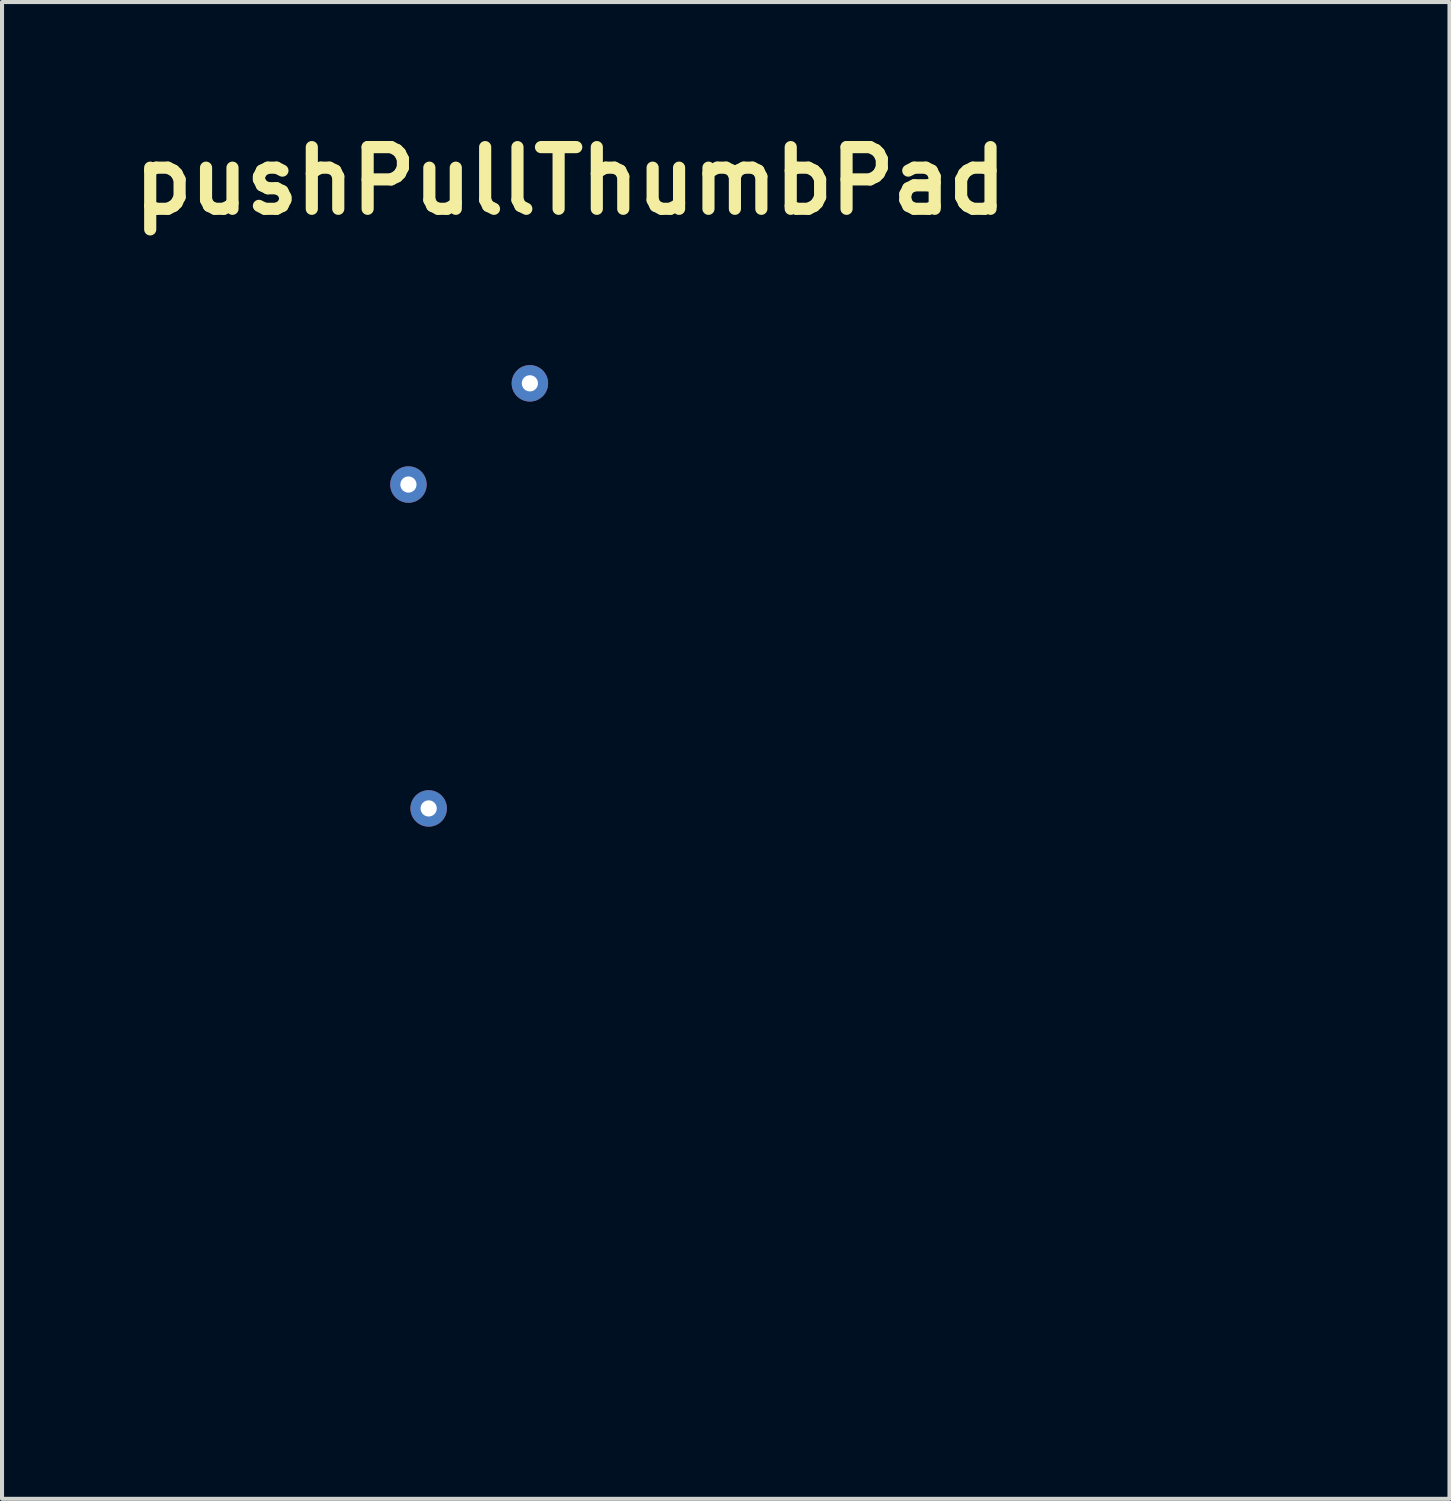
<source format=kicad_pcb>
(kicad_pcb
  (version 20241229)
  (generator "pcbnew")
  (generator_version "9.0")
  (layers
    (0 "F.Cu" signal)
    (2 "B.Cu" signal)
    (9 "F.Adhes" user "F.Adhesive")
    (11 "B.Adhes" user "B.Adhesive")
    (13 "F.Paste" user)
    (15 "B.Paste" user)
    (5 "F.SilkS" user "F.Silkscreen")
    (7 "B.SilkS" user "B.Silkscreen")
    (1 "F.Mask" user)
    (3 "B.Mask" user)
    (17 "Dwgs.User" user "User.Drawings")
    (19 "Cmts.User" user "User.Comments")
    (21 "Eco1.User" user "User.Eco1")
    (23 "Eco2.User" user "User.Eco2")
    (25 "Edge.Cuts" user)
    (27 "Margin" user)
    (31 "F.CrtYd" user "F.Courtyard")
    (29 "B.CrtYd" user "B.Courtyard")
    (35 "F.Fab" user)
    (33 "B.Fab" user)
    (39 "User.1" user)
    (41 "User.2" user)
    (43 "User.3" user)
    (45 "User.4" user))
  (footprint "pushPullThumbPad"
    (layer "F.Cu")
    (at 16.538 16.918)
    (property "Reference" "pushPullThumbPad" (at -5.5 -15.5 0) (layer "F.SilkS") (effects (font (size 1.524 1.524) (thickness 0.3))))
    (attr through_hole)
    (fp_poly (pts (xy 13.164 -11.103) (xy 13.154 -10.613) (xy 13.052 -10.26) (xy 12.819 -9.655) (xy 12.477 -8.845) (xy 12.046 -7.882) (xy 11.669 -7.074) (xy 11.669 -10.89) (xy 11.653 -11.516) (xy 11.43 -12.033) (xy 10.993 -12.38) (xy 10.783 -12.45) (xy 10.547 -12.466) (xy 10.005 -12.48) (xy 9.19 -12.491) (xy 8.135 -12.498) (xy 6.871 -12.503) (xy 5.433 -12.504) (xy 3.851 -12.502) (xy 2.16 -12.497) (xy 1.355 -12.493) (xy -7.705 -12.446) (xy -8.018 -11.805) (xy -8.348 -10.899) (xy -8.425 -10.08) (xy -8.246 -9.41) (xy -8.226 -9.373) (xy -8.114 -9.156) (xy -8.055 -8.931) (xy -8.055 -8.631) (xy -8.119 -8.191) (xy -8.251 -7.544) (xy -8.423 -6.773) (xy -8.625 -5.897) (xy -8.783 -5.292) (xy -8.921 -4.898) (xy -9.064 -4.657) (xy -9.236 -4.508) (xy -9.404 -4.419) (xy -9.788 -4.202) (xy -10.019 -4.008) (xy -10.022 -4.004) (xy -10.15 -3.654) (xy -10.237 -3.142) (xy -10.272 -2.598) (xy -10.244 -2.154) (xy -10.178 -1.969) (xy -10.109 -1.74) (xy -10.183 -1.343) (xy -10.413 -0.713) (xy -10.415 -0.707) (xy -10.697 0.073) (xy -10.824 0.637) (xy -10.793 0.955) (xy -10.686 1.016) (xy -10.505 1.124) (xy -10.43 1.469) (xy -10.459 2.078) (xy -10.59 2.981) (xy -10.595 3.008) (xy -10.81 3.983) (xy -11.071 4.742) (xy -11.251 5.08) (xy -11.646 5.767) (xy -11.794 6.329) (xy -11.717 6.853) (xy -11.675 6.965) (xy -11.412 7.335) (xy -10.982 7.692) (xy -10.481 7.986) (xy -10.003 8.162) (xy -9.642 8.169) (xy -9.568 8.129) (xy -9.364 8.05) (xy -9.242 8.255) (xy -9.181 8.381) (xy -9.058 8.514) (xy -8.841 8.671) (xy -8.501 8.867) (xy -8.005 9.117) (xy -7.325 9.438) (xy -6.428 9.844) (xy -5.284 10.351) (xy -3.862 10.975) (xy -3.725 11.034) (xy -2.654 11.495) (xy -1.671 11.904) (xy -0.824 12.242) (xy -0.16 12.491) (xy 0.276 12.632) (xy 0.421 12.658) (xy 0.675 12.503) (xy 1.069 12.113) (xy 1.557 11.535) (xy 1.834 11.176) (xy 2.665 10.03) (xy 3.273 9.103) (xy 3.667 8.369) (xy 3.857 7.8) (xy 3.854 7.37) (xy 3.666 7.051) (xy 3.395 6.862) (xy 2.941 6.679) (xy 2.558 6.604) (xy 2.276 6.564) (xy 2.167 6.414) (xy 2.236 6.107) (xy 2.49 5.598) (xy 2.748 5.153) (xy 3.149 4.494) (xy 3.439 4.081) (xy 3.675 3.866) (xy 3.912 3.798) (xy 4.206 3.83) (xy 4.249 3.839) (xy 4.523 3.853) (xy 4.769 3.736) (xy 5.063 3.433) (xy 5.38 3.023) (xy 6.075 1.996) (xy 6.52 1.118) (xy 6.707 0.407) (xy 6.63 -0.119) (xy 6.62 -0.139) (xy 6.567 -0.43) (xy 6.78 -0.642) (xy 7.243 -1.12) (xy 7.522 -1.816) (xy 7.586 -2.648) (xy 7.578 -2.753) (xy 7.559 -3.114) (xy 7.591 -3.462) (xy 7.695 -3.864) (xy 7.891 -4.386) (xy 8.201 -5.094) (xy 8.533 -5.815) (xy 8.977 -6.768) (xy 9.31 -7.466) (xy 9.564 -7.961) (xy 9.772 -8.305) (xy 9.965 -8.55) (xy 10.177 -8.747) (xy 10.438 -8.95) (xy 10.517 -9.008) (xy 11.096 -9.573) (xy 11.481 -10.222) (xy 11.669 -10.89) (xy 11.669 -7.074) (xy 11.547 -6.813) (xy 11.202 -6.096) (xy 9.722 -2.991) (xy 8.262 0.192) (xy 6.866 3.358) (xy 5.575 6.413) (xy 4.576 8.89) (xy 4.154 9.946) (xy 3.755 10.918) (xy 3.399 11.754) (xy 3.11 12.402) (xy 2.911 12.809) (xy 2.858 12.897) (xy 2.329 13.405) (xy 1.614 13.785) (xy 0.829 13.998) (xy 0.09 14.003) (xy -0.169 13.936) (xy -0.439 13.826) (xy -0.973 13.597) (xy -1.724 13.27) (xy -2.646 12.866) (xy -3.695 12.405) (xy -4.823 11.906) (xy -5.986 11.391) (xy -7.138 10.879) (xy -8.232 10.391) (xy -9.224 9.947) (xy -10.066 9.567) (xy -10.714 9.273) (xy -11.122 9.083) (xy -11.202 9.044) (xy -11.847 8.672) (xy -12.325 8.262) (xy -12.651 7.765) (xy -12.838 7.135) (xy -12.901 6.323) (xy -12.853 5.28) (xy -12.708 3.959) (xy -12.7 3.895) (xy -12.486 2.37) (xy -12.22 0.69) (xy -11.913 -1.091) (xy -11.575 -2.919) (xy -11.219 -4.737) (xy -10.854 -6.492) (xy -10.492 -8.128) (xy -10.145 -9.589) (xy -9.823 -10.822) (xy -9.554 -11.718) (xy -9.104 -12.573) (xy -8.411 -13.254) (xy -7.551 -13.687) (xy -7.451 -13.716) (xy -7.104 -13.763) (xy -6.443 -13.801) (xy -5.466 -13.829) (xy -4.167 -13.849) (xy -2.542 -13.859) (xy -0.588 -13.86) (xy 1.7 -13.853) (xy 2.173 -13.85) (xy 11.117 -13.801) (xy 11.803 -13.346) (xy 12.479 -12.728) (xy 12.949 -11.949) (xy 13.164 -11.103)) (stroke (width 0.1) (type solid)) (fill no) (layer "Eco1.User"))
    (fp_poly (pts (xy 5.998 0.493) (xy 5.784 1.045) (xy 5.772 1.07) (xy 5.273 1.884) (xy 4.68 2.502) (xy 4.05 2.875) (xy 3.593 2.963) (xy 3.339 2.974) (xy 3.129 3.038) (xy 2.919 3.198) (xy 2.667 3.5) (xy 2.331 3.988) (xy 1.867 4.709) (xy 1.738 4.911) (xy 1.193 5.773) (xy 0.632 6.672) (xy 0.121 7.497) (xy -0.263 8.128) (xy -1.026 9.398) (xy -0.664 9.694) (xy -0.27 9.937) (xy 0.094 9.96) (xy 0.471 9.74) (xy 0.902 9.253) (xy 1.391 8.536) (xy 1.779 8.055) (xy 2.22 7.7) (xy 2.638 7.513) (xy 2.958 7.535) (xy 3.051 7.625) (xy 3.075 7.969) (xy 2.86 8.479) (xy 2.43 9.108) (xy 2.227 9.353) (xy 1.874 9.785) (xy 1.428 10.359) (xy 1.039 10.88) (xy 0.617 11.4) (xy 0.257 11.736) (xy 0.037 11.835) (xy -0.264 11.744) (xy -0.733 11.527) (xy -1.101 11.327) (xy -1.774 10.986) (xy -2.515 10.679) (xy -2.834 10.572) (xy -3.457 10.35) (xy -4.202 10.032) (xy -4.836 9.725) (xy -5.412 9.441) (xy -5.891 9.234) (xy -6.178 9.145) (xy -6.193 9.144) (xy -6.38 9.009) (xy -6.426 8.683) (xy -6.332 8.28) (xy -6.195 8.035) (xy -5.898 7.776) (xy -5.674 7.706) (xy -5.552 7.665) (xy -5.412 7.521) (xy -5.237 7.24) (xy -5.011 6.788) (xy -4.718 6.132) (xy -4.34 5.237) (xy -3.861 4.07) (xy -3.698 3.668) (xy -3.427 2.979) (xy -3.222 2.416) (xy -3.106 2.044) (xy -3.093 1.931) (xy -3.29 1.912) (xy -3.67 1.962) (xy -3.688 1.965) (xy -3.882 2.018) (xy -4.047 2.118) (xy -4.209 2.311) (xy -4.393 2.641) (xy -4.624 3.154) (xy -4.927 3.894) (xy -5.324 4.898) (xy -5.833 6.149) (xy -6.268 7.107) (xy -6.65 7.803) (xy -6.997 8.268) (xy -7.332 8.534) (xy -7.674 8.633) (xy -7.744 8.636) (xy -8.178 8.549) (xy -8.462 8.275) (xy -8.597 7.791) (xy -8.584 7.076) (xy -8.423 6.106) (xy -8.117 4.861) (xy -7.959 4.297) (xy -7.716 3.431) (xy -7.513 2.659) (xy -7.368 2.05) (xy -7.297 1.674) (xy -7.292 1.61) (xy -7.335 1.571) (xy -7.435 1.808) (xy -7.551 2.201) (xy -7.875 3.224) (xy -8.244 4.058) (xy -8.306 4.153) (xy -8.306 1.419) (xy -8.439 1.086) (xy -8.61 1.016) (xy -8.791 1.082) (xy -8.94 1.321) (xy -9.087 1.794) (xy -9.191 2.241) (xy -9.325 2.932) (xy -9.358 3.354) (xy -9.294 3.562) (xy -9.265 3.586) (xy -8.976 3.6) (xy -8.701 3.309) (xy -8.474 2.746) (xy -8.471 2.733) (xy -8.315 1.984) (xy -8.306 1.419) (xy -8.306 4.153) (xy -8.634 4.658) (xy -9.019 4.978) (xy -9.114 5.009) (xy -9.532 5.107) (xy -9.779 5.173) (xy -9.926 5.352) (xy -9.987 5.668) (xy -9.952 5.967) (xy -9.821 6.096) (xy -9.702 6.238) (xy -9.659 6.573) (xy -9.693 6.961) (xy -9.794 7.243) (xy -10.032 7.345) (xy -10.405 7.275) (xy -10.797 7.085) (xy -11.091 6.829) (xy -11.176 6.616) (xy -11.103 6.119) (xy -10.913 5.812) (xy -10.764 5.757) (xy -10.641 5.595) (xy -10.477 5.131) (xy -10.283 4.398) (xy -10.104 3.598) (xy -9.88 2.497) (xy -9.736 1.693) (xy -9.669 1.154) (xy -9.676 0.849) (xy -9.755 0.747) (xy -9.847 0.778) (xy -9.938 0.713) (xy -9.953 0.421) (xy -9.905 0.001) (xy -9.804 -0.447) (xy -9.664 -0.824) (xy -9.654 -0.844) (xy -9.381 -1.032) (xy -8.912 -1.095) (xy -8.358 -1.047) (xy -7.833 -0.897) (xy -7.45 -0.658) (xy -7.412 -0.616) (xy -7.204 -0.417) (xy -7.116 -0.449) (xy -6.953 -0.572) (xy -6.494 -0.62) (xy -6.266 -0.618) (xy -5.758 -0.585) (xy -5.505 -0.5) (xy -5.423 -0.325) (xy -5.419 -0.237) (xy -5.504 0.34) (xy -5.719 0.942) (xy -6.004 1.414) (xy -6.113 1.524) (xy -6.284 1.786) (xy -6.512 2.302) (xy -6.774 2.999) (xy -7.045 3.801) (xy -7.303 4.634) (xy -7.524 5.424) (xy -7.684 6.097) (xy -7.759 6.577) (xy -7.759 6.714) (xy -7.629 7.124) (xy -7.397 7.217) (xy -7.103 6.986) (xy -7.017 6.866) (xy -6.778 6.414) (xy -6.5 5.752) (xy -6.205 4.955) (xy -5.918 4.1) (xy -5.664 3.262) (xy -5.467 2.517) (xy -5.352 1.941) (xy -5.338 1.629) (xy -5.315 1.039) (xy -5.045 0.35) (xy -4.657 -0.401) (xy -3.217 -0.37) (xy -2.39 -0.353) (xy -1.545 -0.337) (xy -0.85 -0.324) (xy -0.786 -0.323) (xy 0.205 -0.307) (xy 0.099 0.228) (xy -0.055 0.69) (xy -0.325 1.255) (xy -0.481 1.524) (xy -0.799 1.983) (xy -1.062 2.2) (xy -1.356 2.242) (xy -1.404 2.238) (xy -1.576 2.237) (xy -1.737 2.298) (xy -1.906 2.454) (xy -2.106 2.74) (xy -2.355 3.191) (xy -2.675 3.841) (xy -3.086 4.725) (xy -3.608 5.877) (xy -3.735 6.158) (xy -4.102 6.979) (xy -4.342 7.548) (xy -4.469 7.919) (xy -4.499 8.148) (xy -4.444 8.291) (xy -4.319 8.402) (xy -4.313 8.407) (xy -3.961 8.583) (xy -3.65 8.526) (xy -3.334 8.207) (xy -2.964 7.595) (xy -2.941 7.553) (xy -2.502 6.822) (xy -2.128 6.414) (xy -1.813 6.321) (xy -1.635 6.425) (xy -1.569 6.617) (xy -1.655 6.959) (xy -1.91 7.509) (xy -1.995 7.671) (xy -2.317 8.297) (xy -2.486 8.684) (xy -2.514 8.888) (xy -2.414 8.966) (xy -2.295 8.975) (xy -2.151 8.835) (xy -1.876 8.451) (xy -1.501 7.875) (xy -1.057 7.161) (xy -0.577 6.362) (xy -0.089 5.53) (xy 0.373 4.719) (xy 0.779 3.982) (xy 1.099 3.371) (xy 1.3 2.941) (xy 1.355 2.76) (xy 1.219 2.563) (xy 1.111 2.54) (xy 0.862 2.479) (xy 0.792 2.266) (xy 0.903 1.859) (xy 1.198 1.213) (xy 1.205 1.199) (xy 1.6 0.476) (xy 1.958 0.03) (xy 2.351 -0.18) (xy 2.852 -0.198) (xy 3.413 -0.093) (xy 4.104 0.021) (xy 4.806 0.062) (xy 5.127 0.046) (xy 5.692 0.03) (xy 5.975 0.167) (xy 5.998 0.493)) (stroke (width 0.1) (type solid)) (fill no) (layer "Eco1.User"))
    (fp_poly (pts (xy 11.037 -11.599) (xy 10.947 -11.042) (xy 10.762 -10.405) (xy 10.458 -9.847) (xy 10.094 -9.455) (xy 9.744 -9.313) (xy 9.365 -9.228) (xy 9.188 -9.102) (xy 9.043 -8.853) (xy 8.798 -8.363) (xy 8.479 -7.691) (xy 8.114 -6.898) (xy 7.728 -6.043) (xy 7.349 -5.188) (xy 7.003 -4.391) (xy 6.718 -3.713) (xy 6.52 -3.213) (xy 6.436 -2.952) (xy 6.435 -2.939) (xy 6.541 -2.752) (xy 6.689 -2.771) (xy 6.891 -2.742) (xy 6.939 -2.487) (xy 6.838 -2.079) (xy 6.601 -1.603) (xy 6.27 -1.152) (xy 5.945 -0.966) (xy 5.51 -0.995) (xy 5.334 -1.039) (xy 4.875 -1.112) (xy 4.531 -1.087) (xy 4.199 -1.055) (xy 4.078 -1.092) (xy 3.988 -1.324) (xy 4.07 -1.719) (xy 4.286 -2.176) (xy 4.594 -2.593) (xy 4.716 -2.709) (xy 5.183 -3.243) (xy 5.628 -3.975) (xy 5.969 -4.768) (xy 6.001 -4.868) (xy 6.046 -5.101) (xy 5.94 -5.212) (xy 5.608 -5.247) (xy 5.343 -5.249) (xy 4.911 -5.249) (xy 4.911 -9.23) (xy 4.777 -9.418) (xy 4.554 -9.426) (xy 4.227 -9.218) (xy 3.868 -8.684) (xy 3.749 -8.453) (xy 3.437 -7.911) (xy 3.158 -7.599) (xy 2.951 -7.536) (xy 2.851 -7.737) (xy 2.865 -8.043) (xy 2.947 -8.782) (xy 2.939 -9.25) (xy 2.83 -9.509) (xy 2.607 -9.617) (xy 2.573 -9.623) (xy 2.11 -9.569) (xy 1.759 -9.238) (xy 1.513 -8.687) (xy 1.414 -8.332) (xy 1.438 -8.078) (xy 1.628 -7.815) (xy 2.012 -7.45) (xy 2.425 -7.039) (xy 2.632 -6.699) (xy 2.702 -6.3) (xy 2.705 -6.073) (xy 2.635 -5.507) (xy 2.459 -4.814) (xy 2.283 -4.318) (xy 2.031 -3.692) (xy 1.906 -3.315) (xy 1.903 -3.124) (xy 2.018 -3.056) (xy 2.174 -3.048) (xy 2.467 -3.191) (xy 2.699 -3.514) (xy 2.926 -4.034) (xy 3.214 -4.728) (xy 3.539 -5.535) (xy 3.877 -6.392) (xy 4.203 -7.237) (xy 4.493 -8.006) (xy 4.724 -8.638) (xy 4.87 -9.069) (xy 4.911 -9.23) (xy 4.911 -5.249) (xy 4.568 -5.249) (xy 4.147 -4.297) (xy 3.868 -3.622) (xy 3.747 -3.189) (xy 3.773 -2.945) (xy 3.905 -2.847) (xy 3.996 -2.679) (xy 3.893 -2.283) (xy 3.623 -1.71) (xy 3.296 -1.391) (xy 2.816 -1.269) (xy 2.231 -1.275) (xy 1.687 -1.321) (xy 1.401 -1.397) (xy 1.291 -1.546) (xy 1.277 -1.769) (xy 1.258 -2.092) (xy 1.214 -2.201) (xy 1.058 -2.1) (xy 0.741 -1.843) (xy 0.567 -1.693) (xy 0.021 -1.305) (xy -0.424 -1.216) (xy -0.818 -1.426) (xy -1.001 -1.629) (xy -1.249 -1.905) (xy -1.386 -1.922) (xy -1.455 -1.798) (xy -1.648 -1.573) (xy -1.886 -1.542) (xy -2.028 -1.713) (xy -2.032 -1.766) (xy -1.967 -2.095) (xy -1.797 -2.635) (xy -1.559 -3.29) (xy -1.29 -3.966) (xy -1.028 -4.566) (xy -0.811 -4.995) (xy -0.721 -5.125) (xy -0.444 -5.326) (xy -0.275 -5.23) (xy -0.227 -4.865) (xy -0.3 -4.338) (xy -0.382 -3.75) (xy -0.317 -3.377) (xy -0.262 -3.285) (xy 0.045 -3.096) (xy 0.423 -3.178) (xy 0.787 -3.498) (xy 0.933 -3.729) (xy 1.163 -4.375) (xy 1.093 -4.918) (xy 0.709 -5.434) (xy 0.593 -5.542) (xy 0.223 -5.951) (xy 0.032 -6.406) (xy 0.014 -6.977) (xy 0.163 -7.735) (xy 0.332 -8.317) (xy 0.489 -8.871) (xy 0.579 -9.285) (xy 0.582 -9.465) (xy 0.442 -9.471) (xy 0.254 -9.238) (xy 0.009 -8.746) (xy -0.304 -7.974) (xy -0.695 -6.901) (xy -0.831 -6.509) (xy -1.379 -5.006) (xy -1.882 -3.811) (xy -2.358 -2.897) (xy -2.826 -2.237) (xy -3.304 -1.807) (xy -3.809 -1.579) (xy -4.249 -1.525) (xy -4.764 -1.664) (xy -5.094 -2.072) (xy -5.237 -2.734) (xy -5.189 -3.633) (xy -4.949 -4.752) (xy -4.829 -5.165) (xy -4.591 -5.943) (xy -4.462 -6.424) (xy -4.444 -6.634) (xy -4.538 -6.599) (xy -4.748 -6.344) (xy -4.921 -6.108) (xy -5.08 -5.938) (xy -5.08 -9.248) (xy -5.108 -9.527) (xy -5.23 -9.635) (xy -5.472 -9.652) (xy -5.84 -9.592) (xy -6.013 -9.48) (xy -6.101 -9.253) (xy -6.245 -8.804) (xy -6.414 -8.237) (xy -6.578 -7.657) (xy -6.707 -7.168) (xy -6.771 -6.876) (xy -6.773 -6.849) (xy -6.651 -6.748) (xy -6.353 -6.797) (xy -5.986 -6.957) (xy -5.654 -7.188) (xy -5.535 -7.317) (xy -5.282 -7.849) (xy -5.129 -8.581) (xy -5.116 -8.714) (xy -5.08 -9.248) (xy -5.08 -5.938) (xy -5.462 -5.527) (xy -6.069 -5.14) (xy -6.657 -4.993) (xy -6.903 -5.021) (xy -7.152 -5.026) (xy -7.316 -4.827) (xy -7.432 -4.477) (xy -7.538 -3.933) (xy -7.472 -3.664) (xy -7.228 -3.653) (xy -7.193 -3.666) (xy -6.941 -3.643) (xy -6.83 -3.383) (xy -6.872 -2.96) (xy -7.007 -2.596) (xy -7.288 -2.006) (xy -8.428 -2.123) (xy -9.024 -2.199) (xy -9.482 -2.285) (xy -9.699 -2.361) (xy -9.733 -2.583) (xy -9.657 -2.99) (xy -9.61 -3.146) (xy -9.403 -3.603) (xy -9.172 -3.763) (xy -9.097 -3.76) (xy -8.947 -3.761) (xy -8.815 -3.846) (xy -8.683 -4.058) (xy -8.536 -4.438) (xy -8.356 -5.028) (xy -8.127 -5.869) (xy -7.881 -6.817) (xy -7.609 -7.891) (xy -7.425 -8.68) (xy -7.325 -9.225) (xy -7.304 -9.565) (xy -7.359 -9.741) (xy -7.484 -9.794) (xy -7.578 -9.786) (xy -7.778 -9.816) (xy -7.84 -10.053) (xy -7.829 -10.3) (xy -7.723 -10.854) (xy -7.55 -11.316) (xy -7.426 -11.529) (xy -7.272 -11.66) (xy -7.013 -11.728) (xy -6.574 -11.75) (xy -5.881 -11.743) (xy -5.768 -11.741) (xy -4.913 -11.701) (xy -4.296 -11.619) (xy -3.965 -11.502) (xy -3.959 -11.498) (xy -3.7 -11.378) (xy -3.585 -11.466) (xy -3.366 -11.562) (xy -2.907 -11.624) (xy -2.395 -11.639) (xy -1.319 -11.629) (xy -1.407 -11.106) (xy -1.575 -10.399) (xy -1.797 -9.898) (xy -2.045 -9.663) (xy -2.108 -9.652) (xy -2.241 -9.499) (xy -2.443 -9.083) (xy -2.693 -8.466) (xy -2.97 -7.711) (xy -3.253 -6.882) (xy -3.521 -6.041) (xy -3.753 -5.251) (xy -3.928 -4.576) (xy -4.025 -4.078) (xy -4.034 -3.86) (xy -3.845 -3.512) (xy -3.603 -3.418) (xy -3.353 -3.447) (xy -3.11 -3.631) (xy -2.856 -4.002) (xy -2.572 -4.594) (xy -2.242 -5.44) (xy -1.846 -6.574) (xy -1.755 -6.844) (xy -1.438 -7.82) (xy -1.231 -8.528) (xy -1.123 -9.014) (xy -1.103 -9.324) (xy -1.154 -9.496) (xy -1.242 -9.912) (xy -1.144 -10.48) (xy -0.883 -11.088) (xy -0.787 -11.246) (xy -0.601 -11.454) (xy -0.328 -11.563) (xy 0.132 -11.6) (xy 0.499 -11.6) (xy 1.143 -11.558) (xy 1.561 -11.458) (xy 1.674 -11.376) (xy 1.839 -11.281) (xy 2.125 -11.422) (xy 2.241 -11.51) (xy 2.799 -11.818) (xy 3.281 -11.833) (xy 3.641 -11.561) (xy 3.759 -11.321) (xy 3.945 -10.789) (xy 4.179 -11.237) (xy 4.416 -11.536) (xy 4.68 -11.683) (xy 4.871 -11.64) (xy 4.911 -11.505) (xy 5.017 -11.415) (xy 5.122 -11.46) (xy 5.391 -11.529) (xy 5.889 -11.578) (xy 6.477 -11.597) (xy 7.087 -11.588) (xy 7.433 -11.544) (xy 7.586 -11.444) (xy 7.62 -11.272) (xy 7.534 -10.838) (xy 7.316 -10.323) (xy 7.032 -9.842) (xy 6.743 -9.511) (xy 6.608 -9.435) (xy 6.404 -9.315) (xy 6.191 -9.03) (xy 5.939 -8.531) (xy 5.618 -7.765) (xy 5.574 -7.654) (xy 5.503 -7.426) (xy 5.572 -7.317) (xy 5.85 -7.294) (xy 6.282 -7.315) (xy 7.143 -7.366) (xy 7.532 -8.288) (xy 7.752 -8.876) (xy 7.812 -9.257) (xy 7.738 -9.501) (xy 7.657 -9.795) (xy 7.754 -10.211) (xy 7.868 -10.486) (xy 8.145 -11.023) (xy 8.443 -11.352) (xy 8.852 -11.522) (xy 9.464 -11.585) (xy 9.854 -11.592) (xy 11.037 -11.599)) (stroke (width 0.1) (type solid)) (fill no) (layer "Eco1.User"))
    (pad "1" thru_hole circle (at -9.5 -8) (size 0.9 0.9) (drill 0.4) (layers "*.Cu" "B.Mask"))
    (pad "2" thru_hole circle (at -6.5 -10.5) (size 0.9 0.9) (drill 0.4) (layers "*.Cu" "B.Mask"))
    (pad "3" thru_hole circle (at -9 0) (size 0.9 0.9) (drill 0.4) (layers "*.Cu" "B.Mask")))
  (gr_rect
    (start -3 -3)
    (end 32.752 33.971)
    (stroke (width 0.1) (type default))
    (fill no)
    (layer "Edge.Cuts")))
</source>
